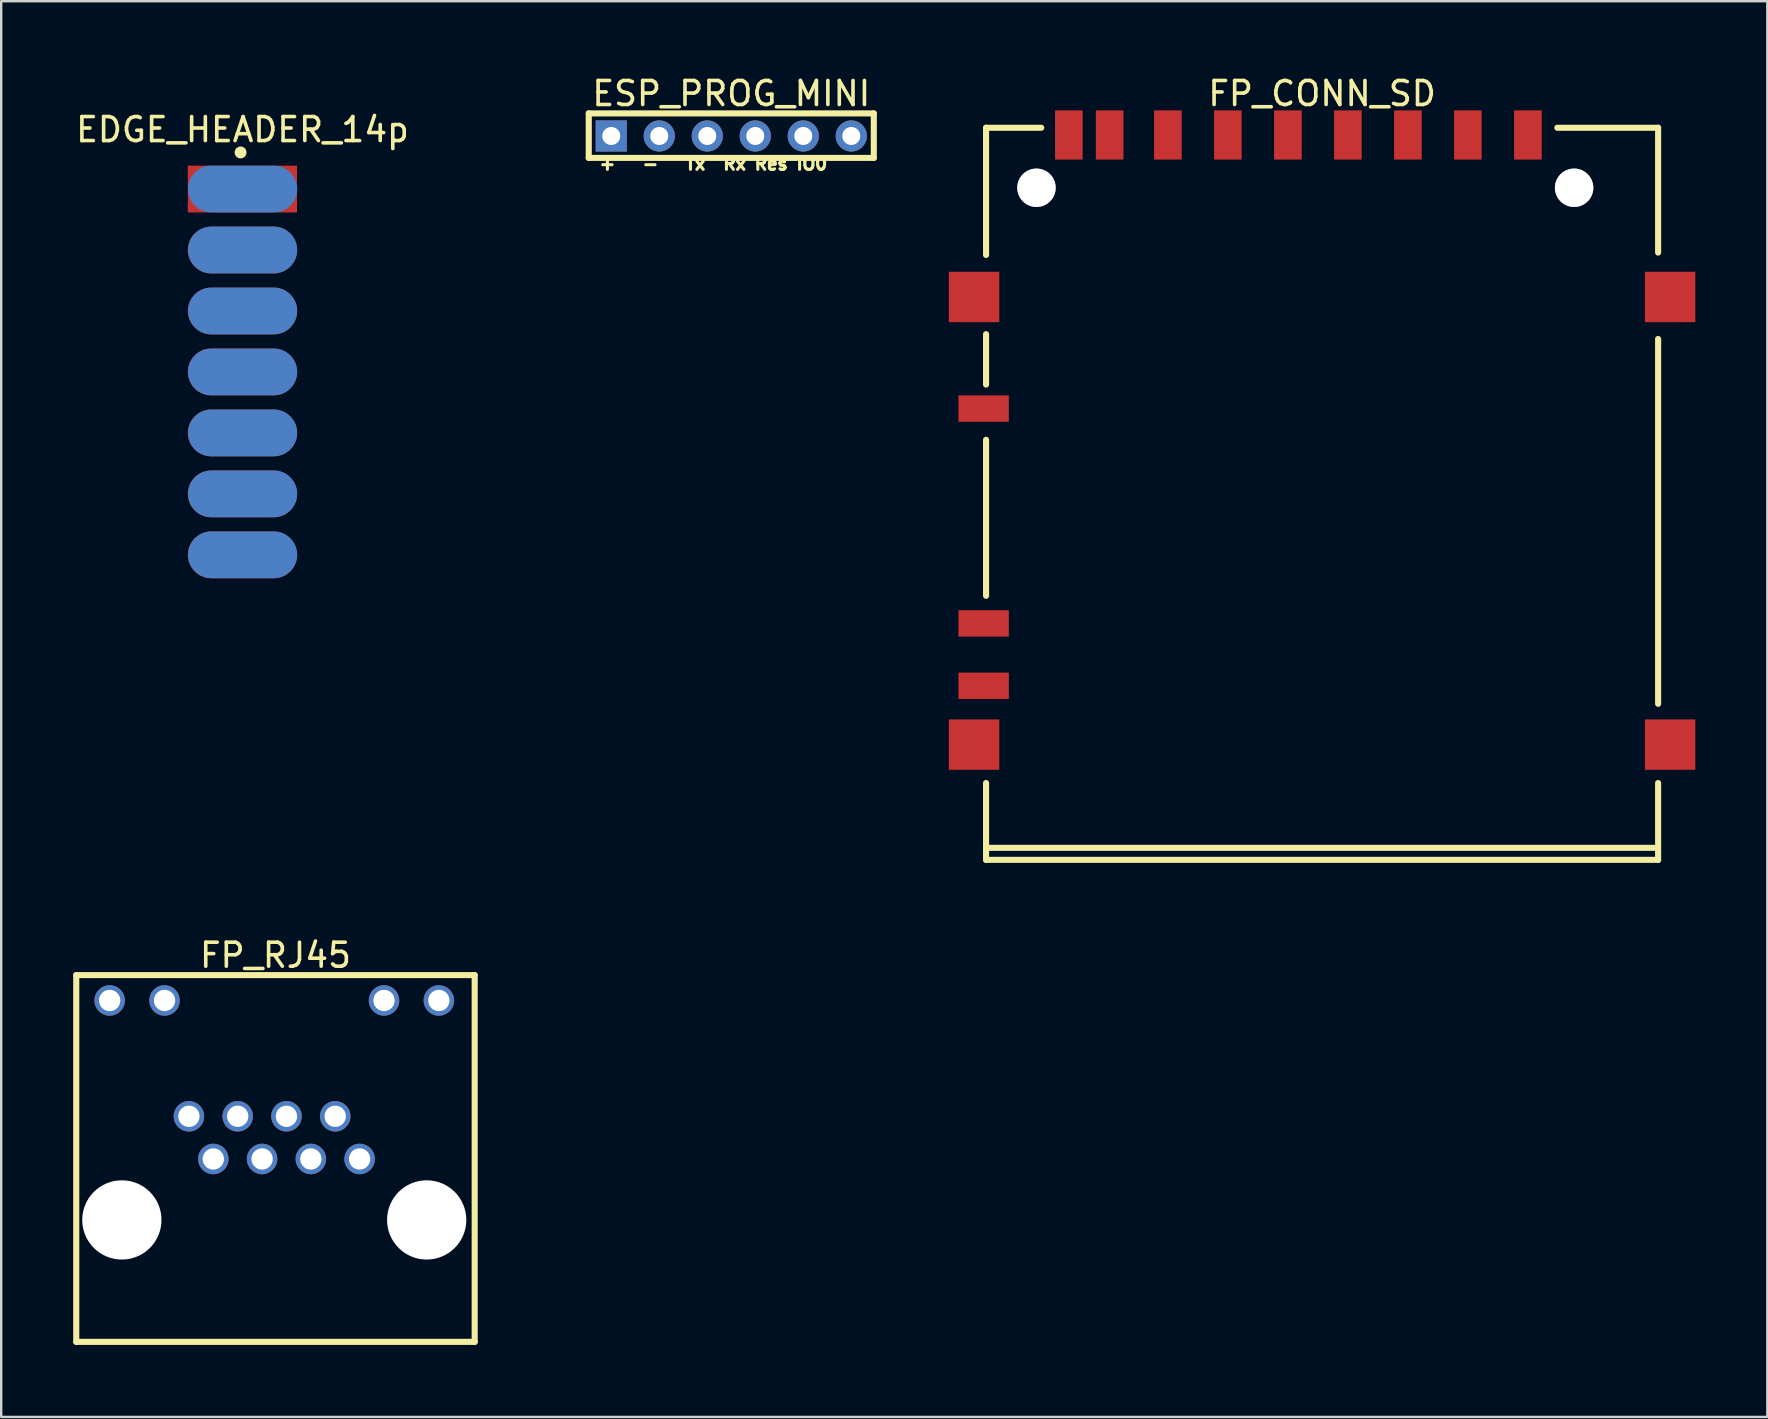
<source format=kicad_pcb>
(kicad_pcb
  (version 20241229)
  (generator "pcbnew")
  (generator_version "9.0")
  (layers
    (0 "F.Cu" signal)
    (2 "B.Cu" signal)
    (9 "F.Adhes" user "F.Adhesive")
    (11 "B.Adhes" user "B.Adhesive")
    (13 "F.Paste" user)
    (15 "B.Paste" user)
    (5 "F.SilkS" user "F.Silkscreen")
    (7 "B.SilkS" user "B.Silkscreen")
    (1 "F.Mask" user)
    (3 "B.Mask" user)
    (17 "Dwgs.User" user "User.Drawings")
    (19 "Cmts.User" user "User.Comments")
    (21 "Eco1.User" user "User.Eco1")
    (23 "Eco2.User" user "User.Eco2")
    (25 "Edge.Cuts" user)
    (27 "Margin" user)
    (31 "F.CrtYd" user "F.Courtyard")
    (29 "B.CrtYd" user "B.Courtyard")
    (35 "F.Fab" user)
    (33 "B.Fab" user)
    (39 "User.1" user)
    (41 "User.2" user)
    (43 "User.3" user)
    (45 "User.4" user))
  (footprint "ESP_PROG_MINI"
    (layer "F.Cu")
    (at 22.417 2.615)
    (property "Reference" "ESP_PROG_MINI" (at 5 -1.767 0) (layer "F.SilkS") (effects (font (size 1 1) (thickness 0.15))))
    (fp_line (start -0.938 -0.94) (end 10.938 -0.94) (stroke (width 0.254) (type solid)) (layer "F.SilkS"))
    (fp_line (start -0.938 0.914) (end -0.938 -0.94) (stroke (width 0.254) (type solid)) (layer "F.SilkS"))
    (fp_line (start -0.938 0.914) (end 10.938 0.914) (stroke (width 0.254) (type solid)) (layer "F.SilkS"))
    (fp_line (start 10.938 0.914) (end 10.938 -0.94) (stroke (width 0.254) (type solid)) (layer "F.SilkS"))
    (fp_text_box "+   -   Tx  Rx Res IO0" (start -0.508 0.915) (end 10.664 1.676) (margins 0 0 0 0) (layer "F.SilkS") (effects (font (size 0.508 0.508) (thickness 0.127)) (justify left top)) (border no) (stroke (width 0.1) (type default)))
    (pad "1" thru_hole rect (at 0 0) (size 1.3 1.3) (drill 0.75) (layers "*.Cu" "*.Mask"))
    (pad "2" thru_hole circle (at 2 0) (size 1.3 1.3) (drill 0.75) (layers "*.Cu" "*.Mask"))
    (pad "3" thru_hole circle (at 4 0) (size 1.3 1.3) (drill 0.75) (layers "*.Cu" "*.Mask"))
    (pad "4" thru_hole circle (at 6 0) (size 1.3 1.3) (drill 0.75) (layers "*.Cu" "*.Mask"))
    (pad "5" thru_hole circle (at 8 0) (size 1.3 1.3) (drill 0.75) (layers "*.Cu" "*.Mask"))
    (pad "6" thru_hole circle (at 10 0) (size 1.3 1.3) (drill 0.75) (layers "*.Cu" "*.Mask")))
  (footprint "FP_RJ45"
    (layer "F.Cu")
    (at 2.027 47.776)
    (property "Reference" "FP_RJ45" (at 6.4 -11.027 0) (layer "F.SilkS") (effects (font (size 1 1) (thickness 0.15))))
    (fp_line (start -1.9 -10.2) (end 14.7 -10.2) (stroke (width 0.254) (type solid)) (layer "F.SilkS"))
    (fp_line (start -1.9 5.08) (end -1.9 -10.2) (stroke (width 0.254) (type solid)) (layer "F.SilkS"))
    (fp_line (start -1.9 5.08) (end 14.7 5.08) (stroke (width 0.254) (type solid)) (layer "F.SilkS"))
    (fp_line (start 14.7 5.08) (end 14.7 -10.2) (stroke (width 0.254) (type solid)) (layer "F.SilkS"))
    (pad "" np_thru_hole circle (at 0 0 90) (size 3.302 3.302) (drill 3.302) (layers "*.Cu" "*.Mask"))
    (pad "" np_thru_hole circle (at 12.7 0 90) (size 3.302 3.302) (drill 3.302) (layers "*.Cu" "*.Mask"))
    (pad "1" thru_hole circle (at 9.906 -2.54 90) (size 1.27 1.27) (drill 0.889) (layers "*.Cu" "*.Mask"))
    (pad "2" thru_hole circle (at 8.89 -4.318 90) (size 1.27 1.27) (drill 0.889) (layers "*.Cu" "*.Mask"))
    (pad "3" thru_hole circle (at 7.874 -2.54 90) (size 1.27 1.27) (drill 0.889) (layers "*.Cu" "*.Mask"))
    (pad "4" thru_hole circle (at 6.858 -4.318 90) (size 1.27 1.27) (drill 0.889) (layers "*.Cu" "*.Mask"))
    (pad "5" thru_hole circle (at 5.842 -2.54 90) (size 1.27 1.27) (drill 0.889) (layers "*.Cu" "*.Mask"))
    (pad "6" thru_hole circle (at 4.826 -4.318 90) (size 1.27 1.27) (drill 0.889) (layers "*.Cu" "*.Mask"))
    (pad "7" thru_hole circle (at 3.81 -2.54 90) (size 1.27 1.27) (drill 0.889) (layers "*.Cu" "*.Mask"))
    (pad "8" thru_hole circle (at 2.794 -4.318 90) (size 1.27 1.27) (drill 0.889) (layers "*.Cu" "*.Mask"))
    (pad "9" thru_hole circle (at 13.208 -9.144 90) (size 1.27 1.27) (drill 0.889) (layers "*.Cu" "*.Mask"))
    (pad "10" thru_hole circle (at 10.922 -9.144 90) (size 1.27 1.27) (drill 0.889) (layers "*.Cu" "*.Mask"))
    (pad "11" thru_hole circle (at 1.778 -9.144 90) (size 1.27 1.27) (drill 0.889) (layers "*.Cu" "*.Mask"))
    (pad "12" thru_hole circle (at -0.508 -9.144 90) (size 1.27 1.27) (drill 0.889) (layers "*.Cu" "*.Mask")))
  (footprint "EDGE_HEADER_14p"
    (layer "F.Cu")
    (at 7.049 4.826)
    (property "Reference" "EDGE_HEADER_14p" (at 0.004 -2.475 0) (layer "F.SilkS") (effects (font (size 1 1) (thickness 0.15))))
    (fp_circle (center -0.076 -1.525) (end -0.076 -1.65) (stroke (width 0.25) (type solid)) (fill no) (layer "F.SilkS"))
    (fp_line (start 2.54 -4.699) (end 11.176 -4.699) (stroke (width 0.254) (type solid)) (layer "Eco2.User"))
    (fp_line (start 2.54 19.939) (end 2.54 -4.699) (stroke (width 0.254) (type solid)) (layer "Eco2.User"))
    (fp_line (start 2.54 19.939) (end 11.176 19.939) (stroke (width 0.254) (type solid)) (layer "Eco2.User"))
    (fp_line (start 11.176 19.939) (end 11.176 -4.699) (stroke (width 0.254) (type solid)) (layer "Eco2.User"))
    (fp_text_box "${REFERENCE}" (start 9.16 -1.397) (end 5.842 19.526) (margins 0 0 0 0) (angle 270) (layer "Eco2.User") (effects (font (size 2.032 2.032) (thickness 0.305)) (justify left top)) (border no) (stroke (width 0.1) (type default)))
    (pad "1" smd rect (at 0 0 90) (size 1.95 4.55) (layers "F.Cu" "F.Mask" "F.Paste"))
    (pad "2" smd oval (at 0.009 0 90) (size 1.95 4.55) (layers "B.Cu" "B.Mask" "B.Paste"))
    (pad "3" smd oval (at 0 2.54 90) (size 1.95 4.55) (layers "F.Cu" "F.Mask" "F.Paste"))
    (pad "4" smd oval (at 0.009 2.54 90) (size 1.95 4.55) (layers "B.Cu" "B.Mask" "B.Paste"))
    (pad "5" smd oval (at 0 5.08 90) (size 1.95 4.55) (layers "F.Cu" "F.Mask" "F.Paste"))
    (pad "6" smd oval (at 0.009 5.08 90) (size 1.95 4.55) (layers "B.Cu" "B.Mask" "B.Paste"))
    (pad "7" smd oval (at 0 7.62 90) (size 1.95 4.55) (layers "F.Cu" "F.Mask" "F.Paste"))
    (pad "8" smd oval (at 0.009 7.62 90) (size 1.95 4.55) (layers "B.Cu" "B.Mask" "B.Paste"))
    (pad "9" smd oval (at 0 10.16 90) (size 1.95 4.55) (layers "F.Cu" "F.Mask" "F.Paste"))
    (pad "10" smd oval (at 0.009 10.16 90) (size 1.95 4.55) (layers "B.Cu" "B.Mask" "B.Paste"))
    (pad "11" smd oval (at 0 12.7 90) (size 1.95 4.55) (layers "F.Cu" "F.Mask" "F.Paste"))
    (pad "12" smd oval (at 0.009 12.7 90) (size 1.95 4.55) (layers "B.Cu" "B.Mask" "B.Paste"))
    (pad "13" smd oval (at 0 15.24 90) (size 1.95 4.55) (layers "F.Cu" "F.Mask" "F.Paste"))
    (pad "14" smd oval (at 0.009 15.24 90) (size 1.95 4.55) (layers "B.Cu" "B.Mask" "B.Paste")))
  (footprint "FP_CONN_SD"
    (layer "F.Cu")
    (at 40.132 4.773)
    (property "Reference" "FP_CONN_SD" (at 11.9 -3.925 0) (layer "F.SilkS") (effects (font (size 1 1) (thickness 0.15))))
    (fp_line (start -2.1 -2.5) (end 0.2 -2.5) (stroke (width 0.254) (type solid)) (layer "F.SilkS"))
    (fp_line (start -2.1 2.8) (end -2.1 -2.5) (stroke (width 0.254) (type solid)) (layer "F.SilkS"))
    (fp_line (start -2.1 8.2) (end -2.1 6.1) (stroke (width 0.254) (type solid)) (layer "F.SilkS"))
    (fp_line (start -2.1 17) (end -2.1 10.5) (stroke (width 0.254) (type solid)) (layer "F.SilkS"))
    (fp_line (start -2.1 27.5) (end 25.9 27.5) (stroke (width 0.254) (type solid)) (layer "F.SilkS"))
    (fp_line (start -2.1 28) (end -2.1 24.8) (stroke (width 0.254) (type solid)) (layer "F.SilkS"))
    (fp_line (start -2.1 28) (end 25.9 28) (stroke (width 0.254) (type solid)) (layer "F.SilkS"))
    (fp_line (start 21.7 -2.5) (end 25.9 -2.5) (stroke (width 0.254) (type solid)) (layer "F.SilkS"))
    (fp_line (start 25.9 2.7) (end 25.9 -2.5) (stroke (width 0.254) (type solid)) (layer "F.SilkS"))
    (fp_line (start 25.9 21.5) (end 25.9 6.3) (stroke (width 0.254) (type solid)) (layer "F.SilkS"))
    (fp_line (start 25.9 28) (end 25.9 24.8) (stroke (width 0.254) (type solid)) (layer "F.SilkS"))
    (pad "0" smd rect (at -2.6 4.55) (size 2.1 2.1) (layers "F.Cu" "F.Mask" "F.Paste"))
    (pad "0" smd rect (at -2.6 23.2) (size 2.1 2.1) (layers "F.Cu" "F.Mask" "F.Paste"))
    (pad "0" thru_hole circle (at 0 0) (size 1.6 1.6) (drill 1.6) (layers "*.Cu" "*.Mask"))
    (pad "0" thru_hole circle (at 22.4 0) (size 1.6 1.6) (drill 1.6) (layers "*.Cu" "*.Mask"))
    (pad "0" smd rect (at 26.4 4.55) (size 2.1 2.1) (layers "F.Cu" "F.Mask" "F.Paste"))
    (pad "0" smd rect (at 26.4 23.2) (size 2.1 2.1) (layers "F.Cu" "F.Mask" "F.Paste"))
    (pad "1" smd rect (at 17.975 -2.2) (size 1.15 2.05) (layers "F.Cu" "F.Mask" "F.Paste"))
    (pad "2" smd rect (at 15.475 -2.2) (size 1.15 2.05) (layers "F.Cu" "F.Mask" "F.Paste"))
    (pad "3" smd rect (at 12.975 -2.2) (size 1.15 2.05) (layers "F.Cu" "F.Mask" "F.Paste"))
    (pad "4" smd rect (at 10.475 -2.2) (size 1.15 2.05) (layers "F.Cu" "F.Mask" "F.Paste"))
    (pad "5" smd rect (at 7.975 -2.2) (size 1.15 2.05) (layers "F.Cu" "F.Mask" "F.Paste"))
    (pad "6" smd rect (at 5.475 -2.2) (size 1.15 2.05) (layers "F.Cu" "F.Mask" "F.Paste"))
    (pad "7" smd rect (at 3.05 -2.2) (size 1.15 2.05) (layers "F.Cu" "F.Mask" "F.Paste"))
    (pad "8" smd rect (at 1.35 -2.2) (size 1.15 2.05) (layers "F.Cu" "F.Mask" "F.Paste"))
    (pad "9" smd rect (at 20.475 -2.2) (size 1.15 2.05) (layers "F.Cu" "F.Mask" "F.Paste"))
    (pad "10" smd rect (at -2.2 9.2) (size 2.1 1.1) (layers "F.Cu" "F.Mask" "F.Paste"))
    (pad "11" smd rect (at -2.2 18.15) (size 2.1 1.1) (layers "F.Cu" "F.Mask" "F.Paste"))
    (pad "12" smd rect (at -2.2 20.75) (size 2.1 1.1) (layers "F.Cu" "F.Mask" "F.Paste")))
  (gr_rect
    (start -3 -3)
    (end 70.582 55.983)
    (stroke (width 0.1) (type default))
    (fill no)
    (layer "Edge.Cuts")))
</source>
